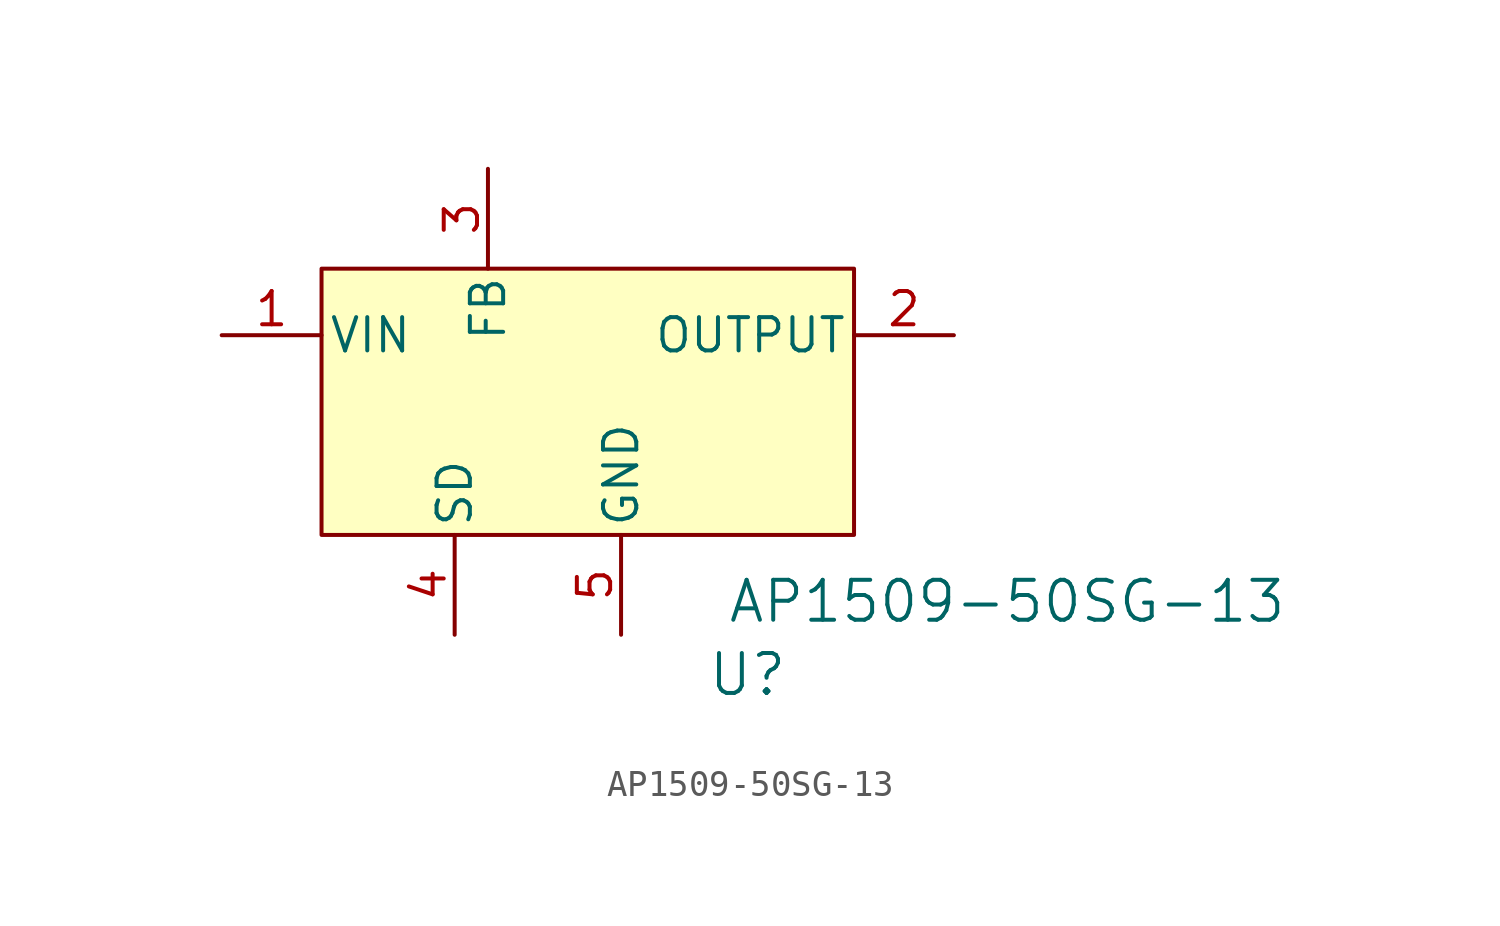
<source format=kicad_sym>
(kicad_symbol_lib
  (version 20231120)
  (generator "kicad_symbol_editor")
  (generator_version "8.0")
  (symbol "AP1509-50SG-13"
    (pin_names
      (offset 0.254))
    (property "Reference" "U"
      (at 23.876 -12.954 0)
      (effects (font (size 1.524 1.524))))
    (property "Value" "AP1509-50SG-13"
      (at 33.782 -10.16 0)
      (effects (font (size 1.524 1.524))))
    (property "ki_locked" ""
      (at 0 0 0)
      (effects (font (size 1.27 1.27))))
    (symbol "AP1509-50SG-13_1_1"
      (rectangle (start 7.62 2.54) (end 27.94 -7.62) (stroke (width 0) (type default)) (fill (type background)))
      (pin input line (at 3.81 0 0) (length 3.81) (name "VIN" (effects (font (size 1.27 1.27)))) (number "1" (effects (font (size 1.27 1.27)))))
      (pin power_out line (at 31.75 0 180) (length 3.81) (name "OUTPUT" (effects (font (size 1.27 1.27)))) (number "2" (effects (font (size 1.27 1.27)))))
      (pin input line (at 13.97 6.35 270) (length 3.81) (name "FB" (effects (font (size 1.27 1.27)))) (number "3" (effects (font (size 1.27 1.27)))))
      (pin input line (at 12.7 -11.43 90) (length 3.81) (name "SD" (effects (font (size 1.27 1.27)))) (number "4" (effects (font (size 1.27 1.27)))))
      (pin power_in line (at 19.05 -11.43 90) (length 3.81) (name "GND" (effects (font (size 1.27 1.27)))) (number "5" (effects (font (size 1.27 1.27)))))
      (pin power_in line (at 19.05 -11.43 90) (length 3.81) hide (name "GND" (effects (font (size 1.27 1.27)))) (number "6" (effects (font (size 1.27 1.27)))))
      (pin power_in line (at 19.05 -11.43 90) (length 3.81) hide (name "GND" (effects (font (size 1.27 1.27)))) (number "7" (effects (font (size 1.27 1.27)))))
      (pin power_in line (at 19.05 -11.43 90) (length 3.81) hide (name "GND" (effects (font (size 1.27 1.27)))) (number "8" (effects (font (size 1.27 1.27))))))))
</source>
